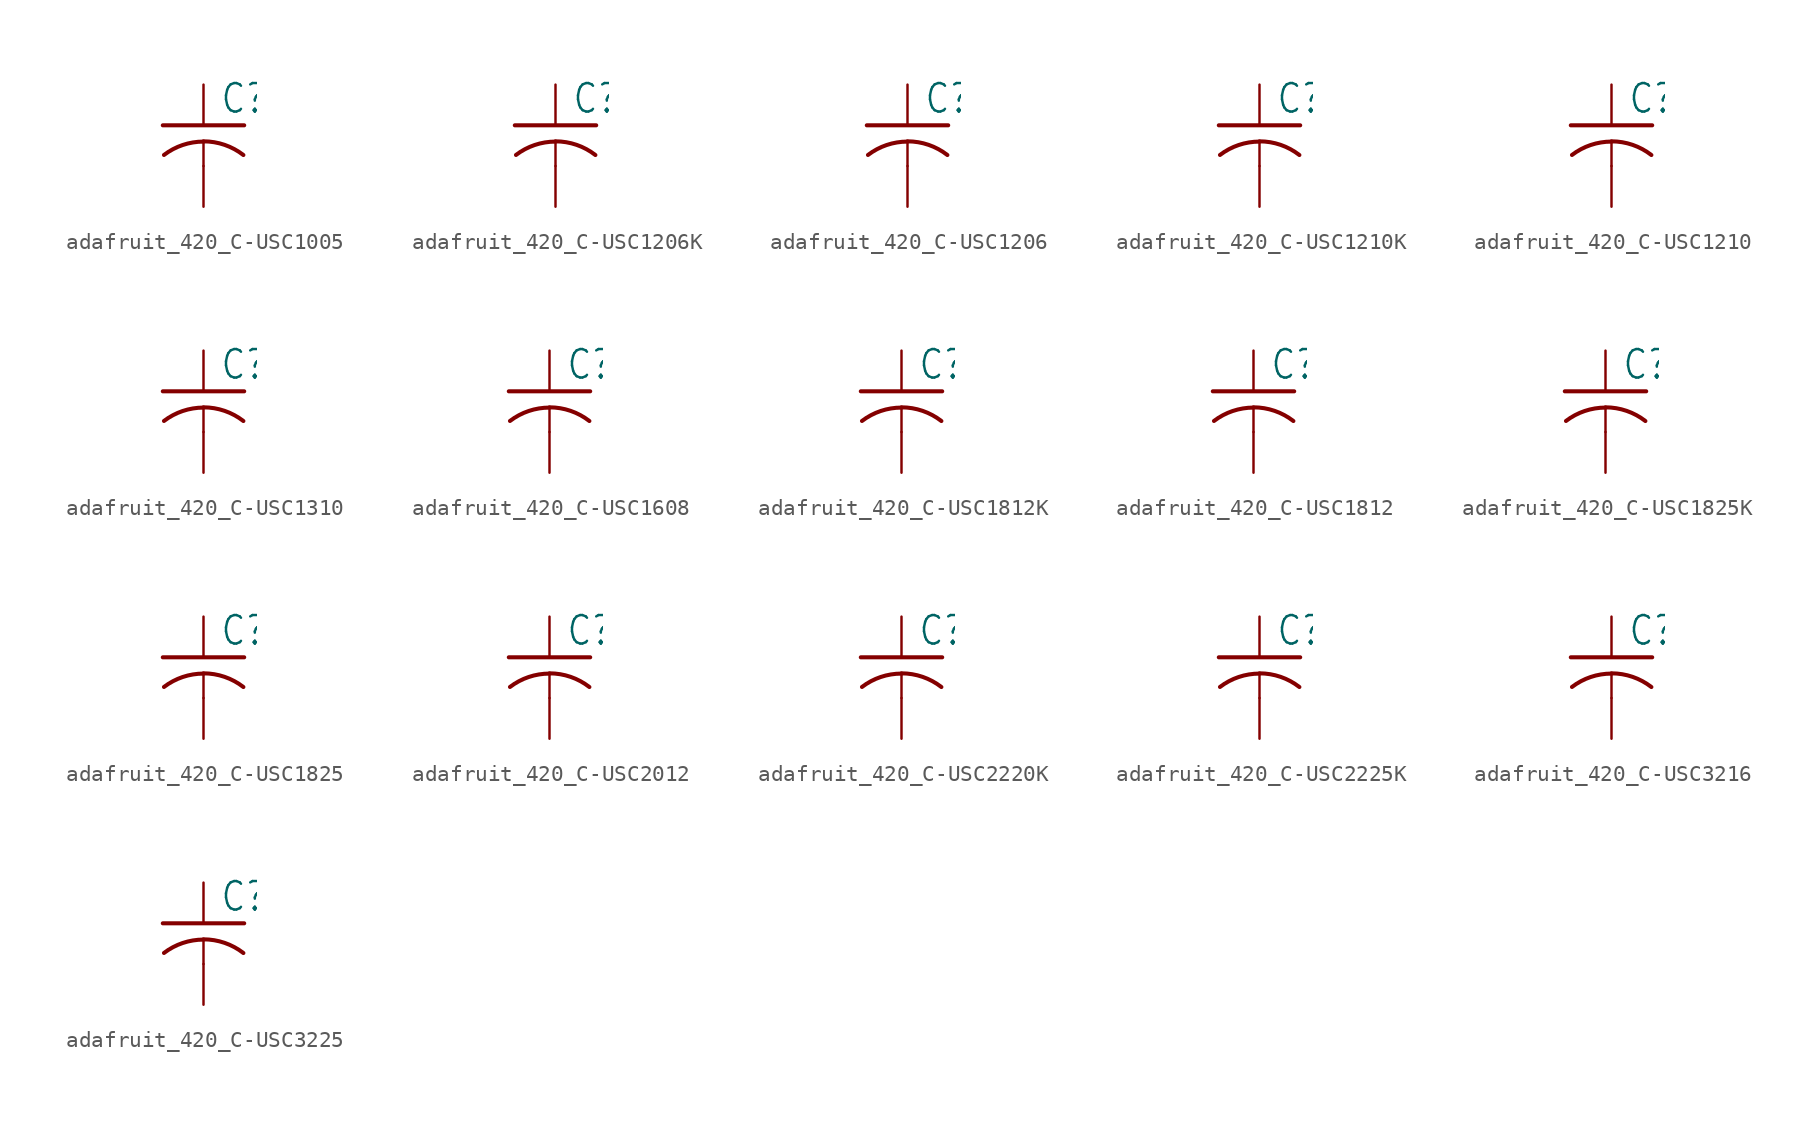
<source format=kicad_sym>
(kicad_symbol_lib
  (version 20241209)
  (generator "kicad_symbol_editor")
  (generator_version "9.0")
  (symbol "adafruit_420_C-USC1005"
    (property "Reference" "C"
      (at 1.016 0.635 0)
      (effects (font (size 1.778 1.511)) (justify left bottom)))
    (property "Value" ""
      (at 1.016 -4.191 0)
      (effects (font (size 1.778 1.511)) (justify left bottom)))
    (property "ki_locked" ""
      (at 0 0 0)
      (effects (font (size 1.27 1.27))))
    (symbol "adafruit_420_C-USC1005_1_0"
      (polyline (pts (xy -2.54 0) (xy 2.54 0)) (stroke (width 0.254) (type solid)) (fill (type none)))
      (polyline (pts (xy 0 -1.016) (xy 0 -2.54)) (stroke (width 0.152) (type solid)) (fill (type none)))
      (arc (start 0 -1) (mid 1.3158 -1.2195) (end 2.4892 -1.8541) (stroke (width 0.254) (type solid)) (fill (type none)))
      (arc (start -2.4668 -1.8504) (mid -1.302 -1.2303) (end 0 -1.0161) (stroke (width 0.254) (type solid)) (fill (type none)))
      (pin passive line (at 0 2.54 270) (length 2.54) (name "1" (effects (font (size 0 0)))) (number "1" (effects (font (size 0 0)))))
      (pin passive line (at 0 -5.08 90) (length 2.54) (name "2" (effects (font (size 0 0)))) (number "2" (effects (font (size 0 0)))))))
  (symbol "adafruit_420_C-USC1206K"
    (property "Reference" "C"
      (at 1.016 0.635 0)
      (effects (font (size 1.778 1.511)) (justify left bottom)))
    (property "Value" ""
      (at 1.016 -4.191 0)
      (effects (font (size 1.778 1.511)) (justify left bottom)))
    (property "ki_locked" ""
      (at 0 0 0)
      (effects (font (size 1.27 1.27))))
    (symbol "adafruit_420_C-USC1206K_1_0"
      (polyline (pts (xy -2.54 0) (xy 2.54 0)) (stroke (width 0.254) (type solid)) (fill (type none)))
      (polyline (pts (xy 0 -1.016) (xy 0 -2.54)) (stroke (width 0.152) (type solid)) (fill (type none)))
      (arc (start 0 -1) (mid 1.3158 -1.2195) (end 2.4892 -1.8541) (stroke (width 0.254) (type solid)) (fill (type none)))
      (arc (start -2.4668 -1.8504) (mid -1.302 -1.2303) (end 0 -1.0161) (stroke (width 0.254) (type solid)) (fill (type none)))
      (pin passive line (at 0 2.54 270) (length 2.54) (name "1" (effects (font (size 0 0)))) (number "1" (effects (font (size 0 0)))))
      (pin passive line (at 0 -5.08 90) (length 2.54) (name "2" (effects (font (size 0 0)))) (number "2" (effects (font (size 0 0)))))))
  (symbol "adafruit_420_C-USC1206"
    (property "Reference" "C"
      (at 1.016 0.635 0)
      (effects (font (size 1.778 1.511)) (justify left bottom)))
    (property "Value" ""
      (at 1.016 -4.191 0)
      (effects (font (size 1.778 1.511)) (justify left bottom)))
    (property "ki_locked" ""
      (at 0 0 0)
      (effects (font (size 1.27 1.27))))
    (symbol "adafruit_420_C-USC1206_1_0"
      (polyline (pts (xy -2.54 0) (xy 2.54 0)) (stroke (width 0.254) (type solid)) (fill (type none)))
      (polyline (pts (xy 0 -1.016) (xy 0 -2.54)) (stroke (width 0.152) (type solid)) (fill (type none)))
      (arc (start 0 -1) (mid 1.3158 -1.2195) (end 2.4892 -1.8541) (stroke (width 0.254) (type solid)) (fill (type none)))
      (arc (start -2.4668 -1.8504) (mid -1.302 -1.2303) (end 0 -1.0161) (stroke (width 0.254) (type solid)) (fill (type none)))
      (pin passive line (at 0 2.54 270) (length 2.54) (name "1" (effects (font (size 0 0)))) (number "1" (effects (font (size 0 0)))))
      (pin passive line (at 0 -5.08 90) (length 2.54) (name "2" (effects (font (size 0 0)))) (number "2" (effects (font (size 0 0)))))))
  (symbol "adafruit_420_C-USC1210K"
    (property "Reference" "C"
      (at 1.016 0.635 0)
      (effects (font (size 1.778 1.511)) (justify left bottom)))
    (property "Value" ""
      (at 1.016 -4.191 0)
      (effects (font (size 1.778 1.511)) (justify left bottom)))
    (property "ki_locked" ""
      (at 0 0 0)
      (effects (font (size 1.27 1.27))))
    (symbol "adafruit_420_C-USC1210K_1_0"
      (polyline (pts (xy -2.54 0) (xy 2.54 0)) (stroke (width 0.254) (type solid)) (fill (type none)))
      (polyline (pts (xy 0 -1.016) (xy 0 -2.54)) (stroke (width 0.152) (type solid)) (fill (type none)))
      (arc (start 0 -1) (mid 1.3158 -1.2195) (end 2.4892 -1.8541) (stroke (width 0.254) (type solid)) (fill (type none)))
      (arc (start -2.4668 -1.8504) (mid -1.302 -1.2303) (end 0 -1.0161) (stroke (width 0.254) (type solid)) (fill (type none)))
      (pin passive line (at 0 2.54 270) (length 2.54) (name "1" (effects (font (size 0 0)))) (number "1" (effects (font (size 0 0)))))
      (pin passive line (at 0 -5.08 90) (length 2.54) (name "2" (effects (font (size 0 0)))) (number "2" (effects (font (size 0 0)))))))
  (symbol "adafruit_420_C-USC1210"
    (property "Reference" "C"
      (at 1.016 0.635 0)
      (effects (font (size 1.778 1.511)) (justify left bottom)))
    (property "Value" ""
      (at 1.016 -4.191 0)
      (effects (font (size 1.778 1.511)) (justify left bottom)))
    (property "ki_locked" ""
      (at 0 0 0)
      (effects (font (size 1.27 1.27))))
    (symbol "adafruit_420_C-USC1210_1_0"
      (polyline (pts (xy -2.54 0) (xy 2.54 0)) (stroke (width 0.254) (type solid)) (fill (type none)))
      (polyline (pts (xy 0 -1.016) (xy 0 -2.54)) (stroke (width 0.152) (type solid)) (fill (type none)))
      (arc (start 0 -1) (mid 1.3158 -1.2195) (end 2.4892 -1.8541) (stroke (width 0.254) (type solid)) (fill (type none)))
      (arc (start -2.4668 -1.8504) (mid -1.302 -1.2303) (end 0 -1.0161) (stroke (width 0.254) (type solid)) (fill (type none)))
      (pin passive line (at 0 2.54 270) (length 2.54) (name "1" (effects (font (size 0 0)))) (number "1" (effects (font (size 0 0)))))
      (pin passive line (at 0 -5.08 90) (length 2.54) (name "2" (effects (font (size 0 0)))) (number "2" (effects (font (size 0 0)))))))
  (symbol "adafruit_420_C-USC1310"
    (property "Reference" "C"
      (at 1.016 0.635 0)
      (effects (font (size 1.778 1.511)) (justify left bottom)))
    (property "Value" ""
      (at 1.016 -4.191 0)
      (effects (font (size 1.778 1.511)) (justify left bottom)))
    (property "ki_locked" ""
      (at 0 0 0)
      (effects (font (size 1.27 1.27))))
    (symbol "adafruit_420_C-USC1310_1_0"
      (polyline (pts (xy -2.54 0) (xy 2.54 0)) (stroke (width 0.254) (type solid)) (fill (type none)))
      (polyline (pts (xy 0 -1.016) (xy 0 -2.54)) (stroke (width 0.152) (type solid)) (fill (type none)))
      (arc (start 0 -1) (mid 1.3158 -1.2195) (end 2.4892 -1.8541) (stroke (width 0.254) (type solid)) (fill (type none)))
      (arc (start -2.4668 -1.8504) (mid -1.302 -1.2303) (end 0 -1.0161) (stroke (width 0.254) (type solid)) (fill (type none)))
      (pin passive line (at 0 2.54 270) (length 2.54) (name "1" (effects (font (size 0 0)))) (number "1" (effects (font (size 0 0)))))
      (pin passive line (at 0 -5.08 90) (length 2.54) (name "2" (effects (font (size 0 0)))) (number "2" (effects (font (size 0 0)))))))
  (symbol "adafruit_420_C-USC1608"
    (property "Reference" "C"
      (at 1.016 0.635 0)
      (effects (font (size 1.778 1.511)) (justify left bottom)))
    (property "Value" ""
      (at 1.016 -4.191 0)
      (effects (font (size 1.778 1.511)) (justify left bottom)))
    (property "ki_locked" ""
      (at 0 0 0)
      (effects (font (size 1.27 1.27))))
    (symbol "adafruit_420_C-USC1608_1_0"
      (polyline (pts (xy -2.54 0) (xy 2.54 0)) (stroke (width 0.254) (type solid)) (fill (type none)))
      (polyline (pts (xy 0 -1.016) (xy 0 -2.54)) (stroke (width 0.152) (type solid)) (fill (type none)))
      (arc (start 0 -1) (mid 1.3158 -1.2195) (end 2.4892 -1.8541) (stroke (width 0.254) (type solid)) (fill (type none)))
      (arc (start -2.4668 -1.8504) (mid -1.302 -1.2303) (end 0 -1.0161) (stroke (width 0.254) (type solid)) (fill (type none)))
      (pin passive line (at 0 2.54 270) (length 2.54) (name "1" (effects (font (size 0 0)))) (number "1" (effects (font (size 0 0)))))
      (pin passive line (at 0 -5.08 90) (length 2.54) (name "2" (effects (font (size 0 0)))) (number "2" (effects (font (size 0 0)))))))
  (symbol "adafruit_420_C-USC1812K"
    (property "Reference" "C"
      (at 1.016 0.635 0)
      (effects (font (size 1.778 1.511)) (justify left bottom)))
    (property "Value" ""
      (at 1.016 -4.191 0)
      (effects (font (size 1.778 1.511)) (justify left bottom)))
    (property "ki_locked" ""
      (at 0 0 0)
      (effects (font (size 1.27 1.27))))
    (symbol "adafruit_420_C-USC1812K_1_0"
      (polyline (pts (xy -2.54 0) (xy 2.54 0)) (stroke (width 0.254) (type solid)) (fill (type none)))
      (polyline (pts (xy 0 -1.016) (xy 0 -2.54)) (stroke (width 0.152) (type solid)) (fill (type none)))
      (arc (start 0 -1) (mid 1.3158 -1.2195) (end 2.4892 -1.8541) (stroke (width 0.254) (type solid)) (fill (type none)))
      (arc (start -2.4668 -1.8504) (mid -1.302 -1.2303) (end 0 -1.0161) (stroke (width 0.254) (type solid)) (fill (type none)))
      (pin passive line (at 0 2.54 270) (length 2.54) (name "1" (effects (font (size 0 0)))) (number "1" (effects (font (size 0 0)))))
      (pin passive line (at 0 -5.08 90) (length 2.54) (name "2" (effects (font (size 0 0)))) (number "2" (effects (font (size 0 0)))))))
  (symbol "adafruit_420_C-USC1812"
    (property "Reference" "C"
      (at 1.016 0.635 0)
      (effects (font (size 1.778 1.511)) (justify left bottom)))
    (property "Value" ""
      (at 1.016 -4.191 0)
      (effects (font (size 1.778 1.511)) (justify left bottom)))
    (property "ki_locked" ""
      (at 0 0 0)
      (effects (font (size 1.27 1.27))))
    (symbol "adafruit_420_C-USC1812_1_0"
      (polyline (pts (xy -2.54 0) (xy 2.54 0)) (stroke (width 0.254) (type solid)) (fill (type none)))
      (polyline (pts (xy 0 -1.016) (xy 0 -2.54)) (stroke (width 0.152) (type solid)) (fill (type none)))
      (arc (start 0 -1) (mid 1.3158 -1.2195) (end 2.4892 -1.8541) (stroke (width 0.254) (type solid)) (fill (type none)))
      (arc (start -2.4668 -1.8504) (mid -1.302 -1.2303) (end 0 -1.0161) (stroke (width 0.254) (type solid)) (fill (type none)))
      (pin passive line (at 0 2.54 270) (length 2.54) (name "1" (effects (font (size 0 0)))) (number "1" (effects (font (size 0 0)))))
      (pin passive line (at 0 -5.08 90) (length 2.54) (name "2" (effects (font (size 0 0)))) (number "2" (effects (font (size 0 0)))))))
  (symbol "adafruit_420_C-USC1825K"
    (property "Reference" "C"
      (at 1.016 0.635 0)
      (effects (font (size 1.778 1.511)) (justify left bottom)))
    (property "Value" ""
      (at 1.016 -4.191 0)
      (effects (font (size 1.778 1.511)) (justify left bottom)))
    (property "ki_locked" ""
      (at 0 0 0)
      (effects (font (size 1.27 1.27))))
    (symbol "adafruit_420_C-USC1825K_1_0"
      (polyline (pts (xy -2.54 0) (xy 2.54 0)) (stroke (width 0.254) (type solid)) (fill (type none)))
      (polyline (pts (xy 0 -1.016) (xy 0 -2.54)) (stroke (width 0.152) (type solid)) (fill (type none)))
      (arc (start 0 -1) (mid 1.3158 -1.2195) (end 2.4892 -1.8541) (stroke (width 0.254) (type solid)) (fill (type none)))
      (arc (start -2.4668 -1.8504) (mid -1.302 -1.2303) (end 0 -1.0161) (stroke (width 0.254) (type solid)) (fill (type none)))
      (pin passive line (at 0 2.54 270) (length 2.54) (name "1" (effects (font (size 0 0)))) (number "1" (effects (font (size 0 0)))))
      (pin passive line (at 0 -5.08 90) (length 2.54) (name "2" (effects (font (size 0 0)))) (number "2" (effects (font (size 0 0)))))))
  (symbol "adafruit_420_C-USC1825"
    (property "Reference" "C"
      (at 1.016 0.635 0)
      (effects (font (size 1.778 1.511)) (justify left bottom)))
    (property "Value" ""
      (at 1.016 -4.191 0)
      (effects (font (size 1.778 1.511)) (justify left bottom)))
    (property "ki_locked" ""
      (at 0 0 0)
      (effects (font (size 1.27 1.27))))
    (symbol "adafruit_420_C-USC1825_1_0"
      (polyline (pts (xy -2.54 0) (xy 2.54 0)) (stroke (width 0.254) (type solid)) (fill (type none)))
      (polyline (pts (xy 0 -1.016) (xy 0 -2.54)) (stroke (width 0.152) (type solid)) (fill (type none)))
      (arc (start 0 -1) (mid 1.3158 -1.2195) (end 2.4892 -1.8541) (stroke (width 0.254) (type solid)) (fill (type none)))
      (arc (start -2.4668 -1.8504) (mid -1.302 -1.2303) (end 0 -1.0161) (stroke (width 0.254) (type solid)) (fill (type none)))
      (pin passive line (at 0 2.54 270) (length 2.54) (name "1" (effects (font (size 0 0)))) (number "1" (effects (font (size 0 0)))))
      (pin passive line (at 0 -5.08 90) (length 2.54) (name "2" (effects (font (size 0 0)))) (number "2" (effects (font (size 0 0)))))))
  (symbol "adafruit_420_C-USC2012"
    (property "Reference" "C"
      (at 1.016 0.635 0)
      (effects (font (size 1.778 1.511)) (justify left bottom)))
    (property "Value" ""
      (at 1.016 -4.191 0)
      (effects (font (size 1.778 1.511)) (justify left bottom)))
    (property "ki_locked" ""
      (at 0 0 0)
      (effects (font (size 1.27 1.27))))
    (symbol "adafruit_420_C-USC2012_1_0"
      (polyline (pts (xy -2.54 0) (xy 2.54 0)) (stroke (width 0.254) (type solid)) (fill (type none)))
      (polyline (pts (xy 0 -1.016) (xy 0 -2.54)) (stroke (width 0.152) (type solid)) (fill (type none)))
      (arc (start 0 -1) (mid 1.3158 -1.2195) (end 2.4892 -1.8541) (stroke (width 0.254) (type solid)) (fill (type none)))
      (arc (start -2.4668 -1.8504) (mid -1.302 -1.2303) (end 0 -1.0161) (stroke (width 0.254) (type solid)) (fill (type none)))
      (pin passive line (at 0 2.54 270) (length 2.54) (name "1" (effects (font (size 0 0)))) (number "1" (effects (font (size 0 0)))))
      (pin passive line (at 0 -5.08 90) (length 2.54) (name "2" (effects (font (size 0 0)))) (number "2" (effects (font (size 0 0)))))))
  (symbol "adafruit_420_C-USC2220K"
    (property "Reference" "C"
      (at 1.016 0.635 0)
      (effects (font (size 1.778 1.511)) (justify left bottom)))
    (property "Value" ""
      (at 1.016 -4.191 0)
      (effects (font (size 1.778 1.511)) (justify left bottom)))
    (property "ki_locked" ""
      (at 0 0 0)
      (effects (font (size 1.27 1.27))))
    (symbol "adafruit_420_C-USC2220K_1_0"
      (polyline (pts (xy -2.54 0) (xy 2.54 0)) (stroke (width 0.254) (type solid)) (fill (type none)))
      (polyline (pts (xy 0 -1.016) (xy 0 -2.54)) (stroke (width 0.152) (type solid)) (fill (type none)))
      (arc (start 0 -1) (mid 1.3158 -1.2195) (end 2.4892 -1.8541) (stroke (width 0.254) (type solid)) (fill (type none)))
      (arc (start -2.4668 -1.8504) (mid -1.302 -1.2303) (end 0 -1.0161) (stroke (width 0.254) (type solid)) (fill (type none)))
      (pin passive line (at 0 2.54 270) (length 2.54) (name "1" (effects (font (size 0 0)))) (number "1" (effects (font (size 0 0)))))
      (pin passive line (at 0 -5.08 90) (length 2.54) (name "2" (effects (font (size 0 0)))) (number "2" (effects (font (size 0 0)))))))
  (symbol "adafruit_420_C-USC2225K"
    (property "Reference" "C"
      (at 1.016 0.635 0)
      (effects (font (size 1.778 1.511)) (justify left bottom)))
    (property "Value" ""
      (at 1.016 -4.191 0)
      (effects (font (size 1.778 1.511)) (justify left bottom)))
    (property "ki_locked" ""
      (at 0 0 0)
      (effects (font (size 1.27 1.27))))
    (symbol "adafruit_420_C-USC2225K_1_0"
      (polyline (pts (xy -2.54 0) (xy 2.54 0)) (stroke (width 0.254) (type solid)) (fill (type none)))
      (polyline (pts (xy 0 -1.016) (xy 0 -2.54)) (stroke (width 0.152) (type solid)) (fill (type none)))
      (arc (start 0 -1) (mid 1.3158 -1.2195) (end 2.4892 -1.8541) (stroke (width 0.254) (type solid)) (fill (type none)))
      (arc (start -2.4668 -1.8504) (mid -1.302 -1.2303) (end 0 -1.0161) (stroke (width 0.254) (type solid)) (fill (type none)))
      (pin passive line (at 0 2.54 270) (length 2.54) (name "1" (effects (font (size 0 0)))) (number "1" (effects (font (size 0 0)))))
      (pin passive line (at 0 -5.08 90) (length 2.54) (name "2" (effects (font (size 0 0)))) (number "2" (effects (font (size 0 0)))))))
  (symbol "adafruit_420_C-USC3216"
    (property "Reference" "C"
      (at 1.016 0.635 0)
      (effects (font (size 1.778 1.511)) (justify left bottom)))
    (property "Value" ""
      (at 1.016 -4.191 0)
      (effects (font (size 1.778 1.511)) (justify left bottom)))
    (property "ki_locked" ""
      (at 0 0 0)
      (effects (font (size 1.27 1.27))))
    (symbol "adafruit_420_C-USC3216_1_0"
      (polyline (pts (xy -2.54 0) (xy 2.54 0)) (stroke (width 0.254) (type solid)) (fill (type none)))
      (polyline (pts (xy 0 -1.016) (xy 0 -2.54)) (stroke (width 0.152) (type solid)) (fill (type none)))
      (arc (start 0 -1) (mid 1.3158 -1.2195) (end 2.4892 -1.8541) (stroke (width 0.254) (type solid)) (fill (type none)))
      (arc (start -2.4668 -1.8504) (mid -1.302 -1.2303) (end 0 -1.0161) (stroke (width 0.254) (type solid)) (fill (type none)))
      (pin passive line (at 0 2.54 270) (length 2.54) (name "1" (effects (font (size 0 0)))) (number "1" (effects (font (size 0 0)))))
      (pin passive line (at 0 -5.08 90) (length 2.54) (name "2" (effects (font (size 0 0)))) (number "2" (effects (font (size 0 0)))))))
  (symbol "adafruit_420_C-USC3225"
    (property "Reference" "C"
      (at 1.016 0.635 0)
      (effects (font (size 1.778 1.511)) (justify left bottom)))
    (property "Value" ""
      (at 1.016 -4.191 0)
      (effects (font (size 1.778 1.511)) (justify left bottom)))
    (property "ki_locked" ""
      (at 0 0 0)
      (effects (font (size 1.27 1.27))))
    (symbol "adafruit_420_C-USC3225_1_0"
      (polyline (pts (xy -2.54 0) (xy 2.54 0)) (stroke (width 0.254) (type solid)) (fill (type none)))
      (polyline (pts (xy 0 -1.016) (xy 0 -2.54)) (stroke (width 0.152) (type solid)) (fill (type none)))
      (arc (start 0 -1) (mid 1.3158 -1.2195) (end 2.4892 -1.8541) (stroke (width 0.254) (type solid)) (fill (type none)))
      (arc (start -2.4668 -1.8504) (mid -1.302 -1.2303) (end 0 -1.0161) (stroke (width 0.254) (type solid)) (fill (type none)))
      (pin passive line (at 0 2.54 270) (length 2.54) (name "1" (effects (font (size 0 0)))) (number "1" (effects (font (size 0 0)))))
      (pin passive line (at 0 -5.08 90) (length 2.54) (name "2" (effects (font (size 0 0)))) (number "2" (effects (font (size 0 0))))))))
</source>
